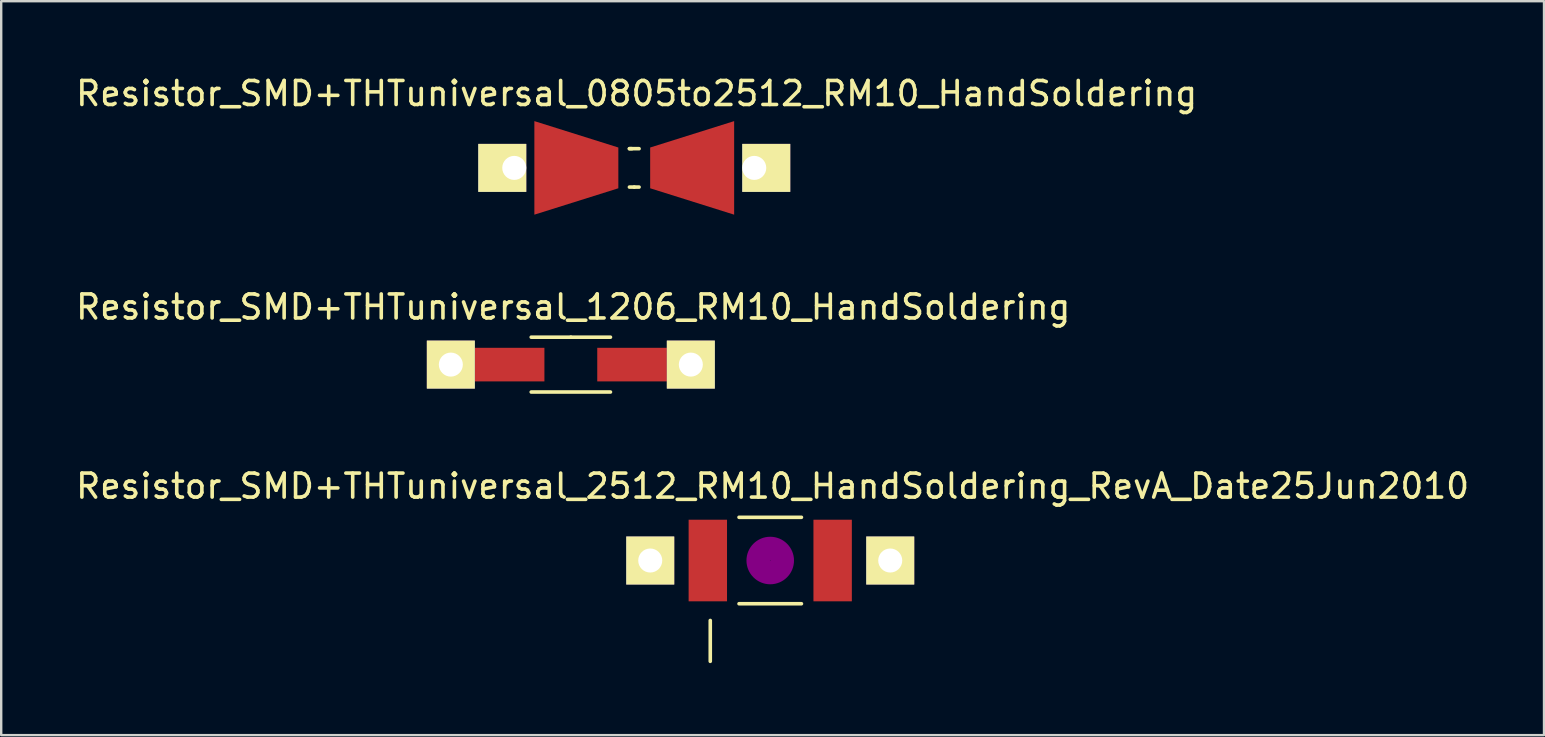
<source format=kicad_pcb>
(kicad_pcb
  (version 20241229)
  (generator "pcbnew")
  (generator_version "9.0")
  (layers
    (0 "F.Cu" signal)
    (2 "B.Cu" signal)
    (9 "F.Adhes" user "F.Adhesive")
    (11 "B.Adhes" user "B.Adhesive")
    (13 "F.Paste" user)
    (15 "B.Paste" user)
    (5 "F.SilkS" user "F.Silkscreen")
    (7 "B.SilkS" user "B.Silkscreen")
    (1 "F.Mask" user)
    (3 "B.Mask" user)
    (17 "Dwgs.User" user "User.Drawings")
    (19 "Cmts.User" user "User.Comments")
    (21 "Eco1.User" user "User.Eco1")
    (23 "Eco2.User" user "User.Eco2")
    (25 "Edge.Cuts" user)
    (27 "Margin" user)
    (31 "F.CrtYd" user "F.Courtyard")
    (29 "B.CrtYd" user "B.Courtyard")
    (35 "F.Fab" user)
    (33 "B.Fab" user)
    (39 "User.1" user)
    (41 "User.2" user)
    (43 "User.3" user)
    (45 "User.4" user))
  (footprint "Resistor_SMD+THTuniversal_1206_RM10_HandSoldering"
    (layer "F.Cu")
    (at 20.74 12.145)
    (property "Reference" "Resistor_SMD+THTuniversal_1206_RM10_HandSoldering" (at 0.099 -2.4 0) (layer "F.SilkS") (effects (font (size 1 1) (thickness 0.15))))
    (attr through_hole)
    (fp_line (start 0 -1.143) (end -1.651 -1.143) (stroke (width 0.15) (type solid)) (layer "F.SilkS"))
    (fp_line (start 0 -1.143) (end 1.651 -1.143) (stroke (width 0.15) (type solid)) (layer "F.SilkS"))
    (fp_line (start 1.651 1.143) (end -1.651 1.143) (stroke (width 0.15) (type solid)) (layer "F.SilkS"))
    (pad "1" thru_hole rect (at -5.001 0) (size 1.999 1.999) (drill 1.001) (layers "*.Cu" "*.Mask" "F.SilkS"))
    (pad "1" smd rect (at -2.601 0) (size 3 1.4) (layers "F.Cu" "F.Mask" "F.Paste"))
    (pad "2" smd rect (at 2.601 0) (size 3 1.4) (layers "F.Cu" "F.Mask" "F.Paste"))
    (pad "2" thru_hole rect (at 5.001 0) (size 1.999 1.999) (drill 1.001) (layers "*.Cu" "*.Mask" "F.SilkS")))
  (footprint "Resistor_SMD+THTuniversal_0805to2512_RM10_HandSoldering"
    (layer "F.Cu")
    (at 23.383 3.947)
    (property "Reference" "Resistor_SMD+THTuniversal_0805to2512_RM10_HandSoldering" (at 0.099 -3.099 0) (layer "F.SilkS") (effects (font (size 1 1) (thickness 0.15))))
    (attr through_hole)
    (fp_line (start -0.201 -0.8) (end 0.201 -0.8) (stroke (width 0.15) (type solid)) (layer "F.SilkS"))
    (fp_line (start -0.099 -0.8) (end -0.201 -0.8) (stroke (width 0.15) (type solid)) (layer "F.SilkS"))
    (fp_line (start 0 0.8) (end -0.201 0.8) (stroke (width 0.15) (type solid)) (layer "F.SilkS"))
    (fp_line (start 0 0.8) (end 0.201 0.8) (stroke (width 0.15) (type solid)) (layer "F.SilkS"))
    (pad "1" thru_hole rect (at -5.001 0 180) (size 1.999 1.999) (drill 1.001 (offset 0.5 0)) (layers "*.Cu" "*.Mask" "F.SilkS"))
    (pad "1" smd trapezoid (at -2.413 0) (size 3.5 2.799) (rect_delta 1.1 0) (layers "F.Cu" "F.Mask" "F.Paste"))
    (pad "2" smd trapezoid (at 2.413 0 180) (size 3.5 2.799) (rect_delta 1.1 0) (layers "F.Cu" "F.Mask" "F.Paste"))
    (pad "2" thru_hole rect (at 5.001 0 180) (size 1.999 1.999) (drill 1.001 (offset -0.5 0)) (layers "*.Cu" "*.Mask" "F.SilkS")))
  (footprint "Resistor_SMD+THTuniversal_2512_RM10_HandSoldering_RevA_Date25Jun2010"
    (layer "F.Cu")
    (at 29.05 20.31)
    (property "Reference" "Resistor_SMD+THTuniversal_2512_RM10_HandSoldering_RevA_Date25Jun2010" (at 0.099 -3.099 0) (layer "F.SilkS") (effects (font (size 1 1) (thickness 0.15))))
    (attr through_hole)
    (fp_line (start -2.499 2.499) (end -2.499 4.201) (stroke (width 0.15) (type solid)) (layer "F.SilkS"))
    (fp_line (start -1.3 1.801) (end 1.3 1.801) (stroke (width 0.15) (type solid)) (layer "F.SilkS"))
    (fp_line (start 1.3 -1.801) (end -1.3 -1.801) (stroke (width 0.15) (type solid)) (layer "F.SilkS"))
    (fp_circle (center 0 0) (end 0.201 0) (stroke (width 0.381) (type solid)) (fill no) (layer "F.Adhes"))
    (fp_circle (center 0 0) (end 0.5 0) (stroke (width 0.381) (type solid)) (fill no) (layer "F.Adhes"))
    (fp_circle (center 0 0) (end 0.8 0) (stroke (width 0.381) (type solid)) (fill no) (layer "F.Adhes"))
    (pad "1" thru_hole rect (at -5.001 0 180) (size 1.999 1.999) (drill 1.001) (layers "*.Cu" "*.Mask" "F.SilkS"))
    (pad "1" smd rect (at -2.601 0) (size 1.6 3.401) (layers "F.Cu" "F.Mask" "F.Paste"))
    (pad "2" smd rect (at 2.601 0) (size 1.6 3.401) (layers "F.Cu" "F.Mask" "F.Paste"))
    (pad "2" thru_hole rect (at 5.001 0 180) (size 1.999 1.999) (drill 1.001) (layers "*.Cu" "*.Mask" "F.SilkS")))
  (gr_rect
    (start -3 -3)
    (end 61.298 27.586)
    (stroke (width 0.1) (type default))
    (fill no)
    (layer "Edge.Cuts")))
</source>
